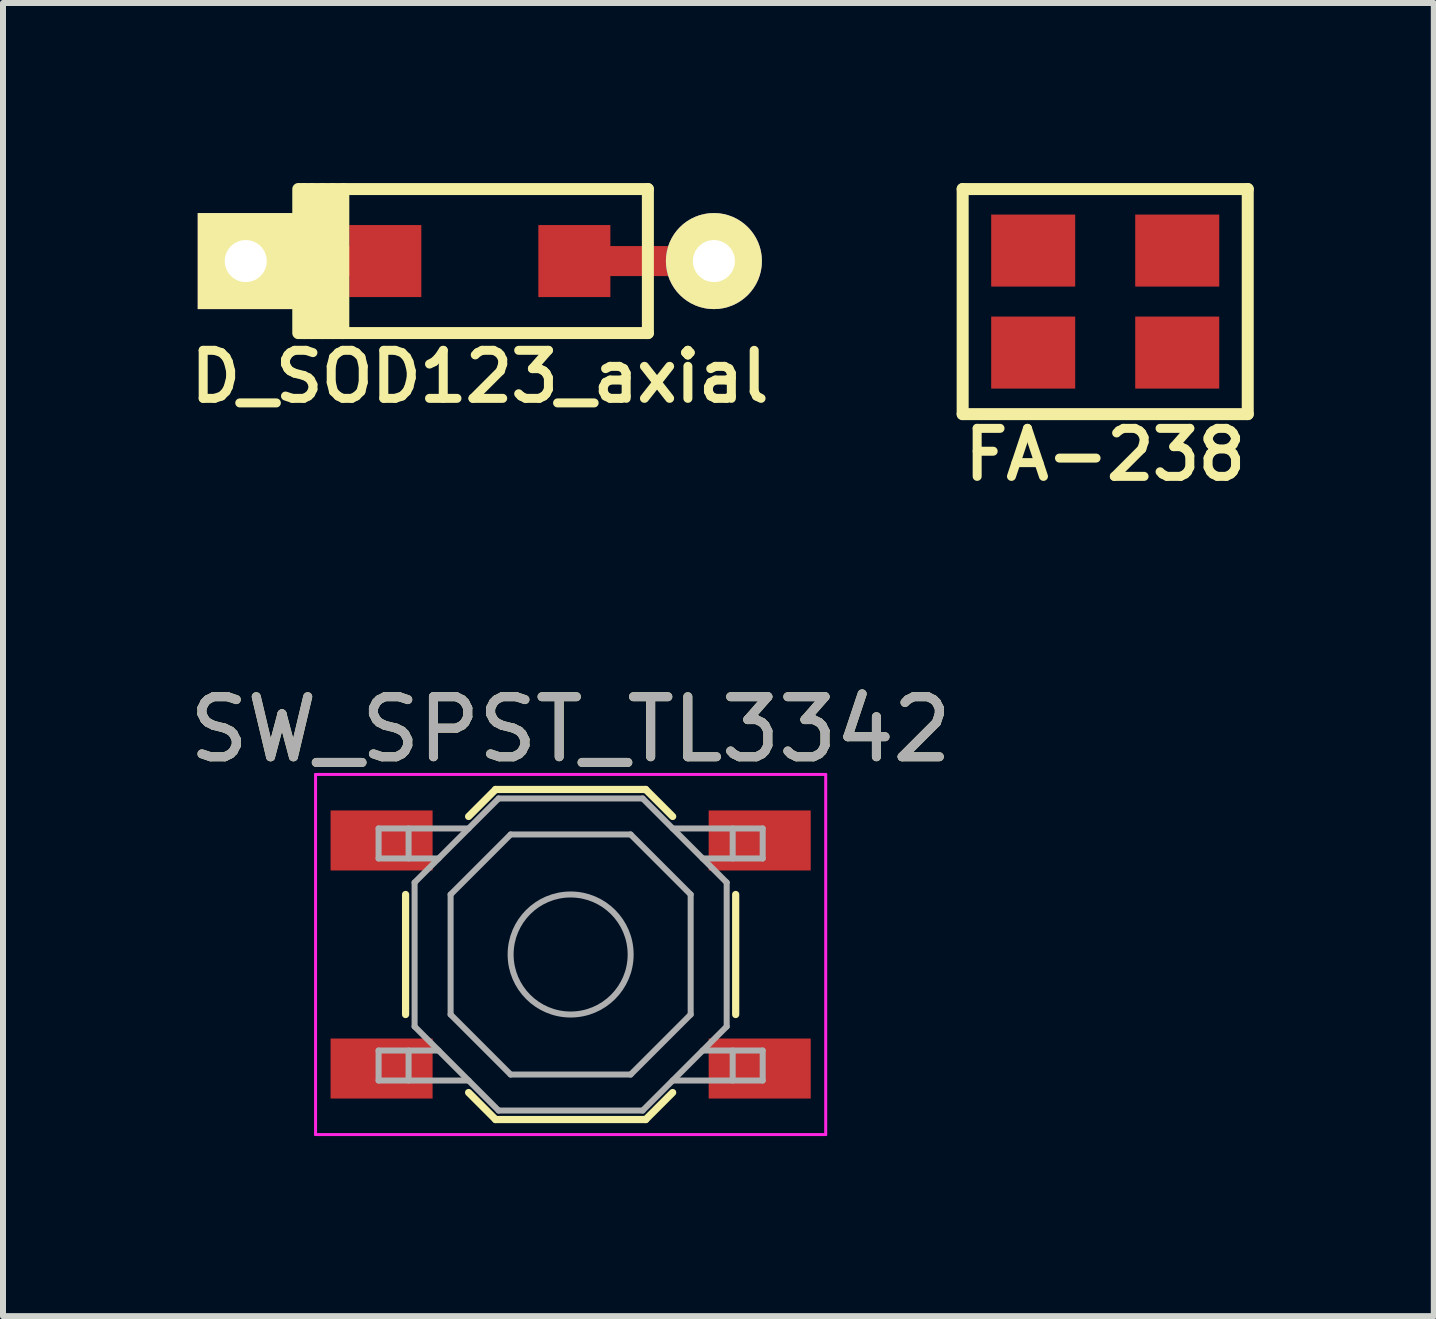
<source format=kicad_pcb>
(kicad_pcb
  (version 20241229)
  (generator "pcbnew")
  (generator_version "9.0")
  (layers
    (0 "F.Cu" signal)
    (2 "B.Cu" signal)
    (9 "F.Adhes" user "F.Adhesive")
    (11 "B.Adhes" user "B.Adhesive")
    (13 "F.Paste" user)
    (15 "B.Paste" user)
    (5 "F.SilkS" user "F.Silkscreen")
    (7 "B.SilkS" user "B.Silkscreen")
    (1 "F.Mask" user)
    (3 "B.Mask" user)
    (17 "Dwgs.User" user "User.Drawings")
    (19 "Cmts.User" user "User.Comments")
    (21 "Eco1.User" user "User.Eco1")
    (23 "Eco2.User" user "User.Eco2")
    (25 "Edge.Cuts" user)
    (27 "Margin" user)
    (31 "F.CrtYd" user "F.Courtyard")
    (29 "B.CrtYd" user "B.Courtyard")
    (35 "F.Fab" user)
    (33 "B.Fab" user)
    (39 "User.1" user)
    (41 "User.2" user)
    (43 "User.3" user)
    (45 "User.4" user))
  (footprint "D_SOD123_axial"
    (layer "F.Cu")
    (at 4.945 1.3)
    (property "Reference" "D_SOD123_axial" (at 0 1.925 0) (layer "F.SilkS") (effects (font (size 0.8 0.8) (thickness 0.15))))
    (attr smd)
    (fp_line (start -3.025 1.2) (end -3.025 -1.2) (stroke (width 0.2) (type solid)) (layer "F.SilkS"))
    (fp_line (start -3 -1.2) (end 2.8 -1.2) (stroke (width 0.2) (type solid)) (layer "F.SilkS"))
    (fp_line (start -2.925 -1.2) (end -2.925 1.2) (stroke (width 0.2) (type solid)) (layer "F.SilkS"))
    (fp_line (start -2.8 -1.2) (end -2.8 1.2) (stroke (width 0.2) (type solid)) (layer "F.SilkS"))
    (fp_line (start -2.625 -1.2) (end -2.625 1.2) (stroke (width 0.2) (type solid)) (layer "F.SilkS"))
    (fp_line (start -2.45 -1.2) (end -2.45 1.2) (stroke (width 0.2) (type solid)) (layer "F.SilkS"))
    (fp_line (start -2.275 -1.2) (end -2.275 1.2) (stroke (width 0.2) (type solid)) (layer "F.SilkS"))
    (fp_line (start 2.8 -1.2) (end 2.8 1.2) (stroke (width 0.2) (type solid)) (layer "F.SilkS"))
    (fp_line (start 2.8 1.2) (end -3 1.2) (stroke (width 0.2) (type solid)) (layer "F.SilkS"))
    (pad "1" thru_hole rect (at -3.9 0) (size 1.6 1.6) (drill 0.7) (layers "*.Cu" "*.Mask" "F.SilkS"))
    (pad "1" smd rect (at -2.7 0) (size 2.5 0.5) (layers "F.Cu"))
    (pad "1" smd rect (at -1.575 0) (size 1.2 1.2) (layers "F.Cu" "F.Mask" "F.Paste"))
    (pad "2" smd rect (at 1.575 0) (size 1.2 1.2) (layers "F.Cu" "F.Mask" "F.Paste"))
    (pad "2" smd rect (at 2.7 0) (size 2.5 0.5) (layers "F.Cu"))
    (pad "2" thru_hole circle (at 3.9 0) (size 1.6 1.6) (drill 0.7) (layers "*.Cu" "*.Mask" "F.SilkS")))
  (footprint "FA-238"
    (layer "F.Cu")
    (at 15.365 1.975)
    (property "Reference" "FA-238" (at 0 2.55 0) (layer "F.SilkS") (effects (font (size 0.8 0.8) (thickness 0.15))))
    (attr through_hole)
    (fp_line (start -2.375 -1.875) (end 2.375 -1.875) (stroke (width 0.2) (type solid)) (layer "F.SilkS"))
    (fp_line (start -2.375 1.875) (end -2.375 -1.875) (stroke (width 0.2) (type solid)) (layer "F.SilkS"))
    (fp_line (start 2.375 -1.875) (end 2.375 1.875) (stroke (width 0.2) (type solid)) (layer "F.SilkS"))
    (fp_line (start 2.375 1.875) (end -2.375 1.875) (stroke (width 0.2) (type solid)) (layer "F.SilkS"))
    (pad "1" smd rect (at -1.1 0.8) (size 1.4 1.2) (drill (offset -0.1 0.05)) (layers "F.Cu" "F.Mask" "F.Paste"))
    (pad "2" smd rect (at 1.1 -0.8) (size 1.4 1.2) (drill (offset 0.1 -0.05)) (layers "F.Cu" "F.Mask" "F.Paste"))
    (pad "3" smd rect (at -1.1 -0.8) (size 1.4 1.2) (drill (offset -0.1 -0.05)) (layers "F.Cu" "F.Mask" "F.Paste"))
    (pad "3" smd rect (at 1.1 0.8) (size 1.4 1.2) (drill (offset 0.1 0.05)) (layers "F.Cu" "F.Mask" "F.Paste")))
  (footprint "SW_SPST_TL3342"
    (layer "F.Cu")
    (at 6.458 12.854)
    (property "Reference" "SW_SPST_TL3342" (at 0 -3.75 0) (layer "F.SilkS") (effects (font (size 1 1) (thickness 0.15))))
    (attr smd)
    (fp_line (start -2.75 -1) (end -2.75 1) (stroke (width 0.12) (type solid)) (layer "F.SilkS"))
    (fp_line (start -1.7 -2.3) (end -1.25 -2.75) (stroke (width 0.12) (type solid)) (layer "F.SilkS"))
    (fp_line (start -1.7 2.3) (end -1.25 2.75) (stroke (width 0.12) (type solid)) (layer "F.SilkS"))
    (fp_line (start -1.25 -2.75) (end 1.25 -2.75) (stroke (width 0.12) (type solid)) (layer "F.SilkS"))
    (fp_line (start -1.25 2.75) (end 1.25 2.75) (stroke (width 0.12) (type solid)) (layer "F.SilkS"))
    (fp_line (start 1.7 -2.3) (end 1.25 -2.75) (stroke (width 0.12) (type solid)) (layer "F.SilkS"))
    (fp_line (start 1.7 2.3) (end 1.25 2.75) (stroke (width 0.12) (type solid)) (layer "F.SilkS"))
    (fp_line (start 2.75 -1) (end 2.75 1) (stroke (width 0.12) (type solid)) (layer "F.SilkS"))
    (fp_line (start -4.25 -3) (end 4.25 -3) (stroke (width 0.05) (type solid)) (layer "F.CrtYd"))
    (fp_line (start -4.25 3) (end -4.25 -3) (stroke (width 0.05) (type solid)) (layer "F.CrtYd"))
    (fp_line (start 4.25 -3) (end 4.25 3) (stroke (width 0.05) (type solid)) (layer "F.CrtYd"))
    (fp_line (start 4.25 3) (end -4.25 3) (stroke (width 0.05) (type solid)) (layer "F.CrtYd"))
    (fp_line (start -3.2 -2.1) (end -3.2 -1.6) (stroke (width 0.1) (type solid)) (layer "F.Fab"))
    (fp_line (start -3.2 -1.6) (end -2.2 -1.6) (stroke (width 0.1) (type solid)) (layer "F.Fab"))
    (fp_line (start -3.2 1.6) (end -2.2 1.6) (stroke (width 0.1) (type solid)) (layer "F.Fab"))
    (fp_line (start -3.2 2.1) (end -3.2 1.6) (stroke (width 0.1) (type solid)) (layer "F.Fab"))
    (fp_line (start -2.7 -2.1) (end -2.7 -1.6) (stroke (width 0.1) (type solid)) (layer "F.Fab"))
    (fp_line (start -2.7 2.1) (end -2.7 1.6) (stroke (width 0.1) (type solid)) (layer "F.Fab"))
    (fp_line (start -2.6 -1.2) (end -2.6 1.2) (stroke (width 0.1) (type solid)) (layer "F.Fab"))
    (fp_line (start -2.6 1.2) (end -1.2 2.6) (stroke (width 0.1) (type solid)) (layer "F.Fab"))
    (fp_line (start -2 -1) (end -1 -2) (stroke (width 0.1) (type solid)) (layer "F.Fab"))
    (fp_line (start -2 1) (end -2 -1) (stroke (width 0.1) (type solid)) (layer "F.Fab"))
    (fp_line (start -1.7 -2.1) (end -3.2 -2.1) (stroke (width 0.1) (type solid)) (layer "F.Fab"))
    (fp_line (start -1.7 2.1) (end -3.2 2.1) (stroke (width 0.1) (type solid)) (layer "F.Fab"))
    (fp_line (start -1.2 -2.6) (end -2.6 -1.2) (stroke (width 0.1) (type solid)) (layer "F.Fab"))
    (fp_line (start -1.2 2.6) (end 1.2 2.6) (stroke (width 0.1) (type solid)) (layer "F.Fab"))
    (fp_line (start -1 -2) (end 1 -2) (stroke (width 0.1) (type solid)) (layer "F.Fab"))
    (fp_line (start -1 2) (end -2 1) (stroke (width 0.1) (type solid)) (layer "F.Fab"))
    (fp_line (start 1 -2) (end 2 -1) (stroke (width 0.1) (type solid)) (layer "F.Fab"))
    (fp_line (start 1 2) (end -1 2) (stroke (width 0.1) (type solid)) (layer "F.Fab"))
    (fp_line (start 1.2 -2.6) (end -1.2 -2.6) (stroke (width 0.1) (type solid)) (layer "F.Fab"))
    (fp_line (start 1.2 2.6) (end 2.6 1.2) (stroke (width 0.1) (type solid)) (layer "F.Fab"))
    (fp_line (start 1.7 -2.1) (end 3.2 -2.1) (stroke (width 0.1) (type solid)) (layer "F.Fab"))
    (fp_line (start 1.7 2.1) (end 3.2 2.1) (stroke (width 0.1) (type solid)) (layer "F.Fab"))
    (fp_line (start 2 -1) (end 2 1) (stroke (width 0.1) (type solid)) (layer "F.Fab"))
    (fp_line (start 2 1) (end 1 2) (stroke (width 0.1) (type solid)) (layer "F.Fab"))
    (fp_line (start 2.6 -1.2) (end 1.2 -2.6) (stroke (width 0.1) (type solid)) (layer "F.Fab"))
    (fp_line (start 2.6 1.2) (end 2.6 -1.2) (stroke (width 0.1) (type solid)) (layer "F.Fab"))
    (fp_line (start 2.7 -2.1) (end 2.7 -1.6) (stroke (width 0.1) (type solid)) (layer "F.Fab"))
    (fp_line (start 2.7 2.1) (end 2.7 1.6) (stroke (width 0.1) (type solid)) (layer "F.Fab"))
    (fp_line (start 3.2 -2.1) (end 3.2 -1.6) (stroke (width 0.1) (type solid)) (layer "F.Fab"))
    (fp_line (start 3.2 -1.6) (end 2.2 -1.6) (stroke (width 0.1) (type solid)) (layer "F.Fab"))
    (fp_line (start 3.2 1.6) (end 2.2 1.6) (stroke (width 0.1) (type solid)) (layer "F.Fab"))
    (fp_line (start 3.2 2.1) (end 3.2 1.6) (stroke (width 0.1) (type solid)) (layer "F.Fab"))
    (fp_circle (center 0 0) (end 1 0) (stroke (width 0.1) (type solid)) (fill no) (layer "F.Fab"))
    (fp_text user "${REFERENCE}" (at 0 -3.75 0) (layer "F.Fab") (effects (font (size 1 1) (thickness 0.15))))
    (pad "1" smd rect (at -3.15 -1.9) (size 1.7 1) (layers "F.Cu" "F.Mask" "F.Paste"))
    (pad "1" smd rect (at 3.15 -1.9) (size 1.7 1) (layers "F.Cu" "F.Mask" "F.Paste"))
    (pad "2" smd rect (at -3.15 1.9) (size 1.7 1) (layers "F.Cu" "F.Mask" "F.Paste"))
    (pad "2" smd rect (at 3.15 1.9) (size 1.7 1) (layers "F.Cu" "F.Mask" "F.Paste")))
  (gr_rect
    (start -3 -3)
    (end 20.84 18.88)
    (stroke (width 0.1) (type default))
    (fill no)
    (layer "Edge.Cuts")))
</source>
